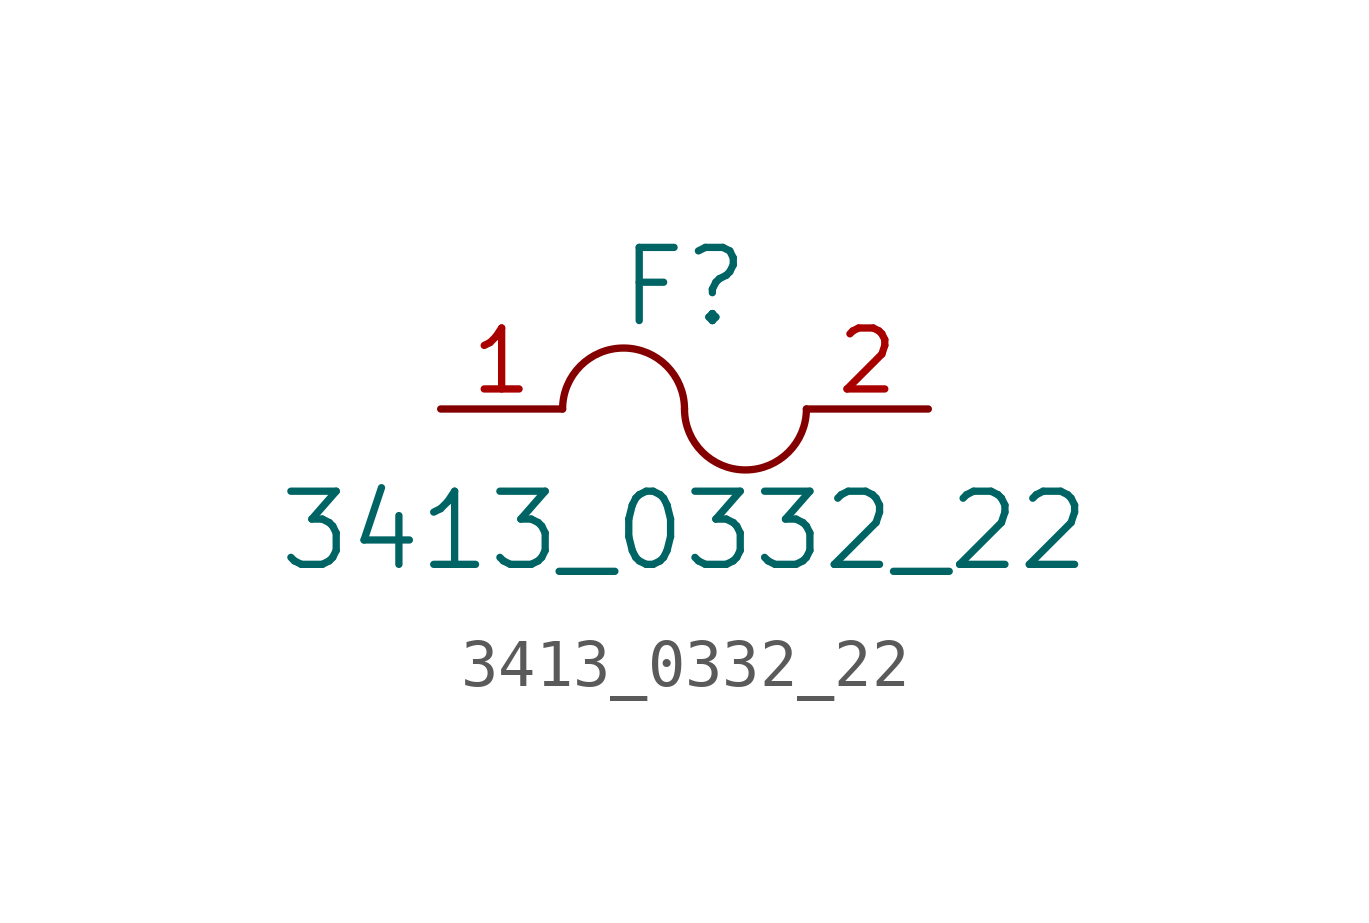
<source format=kicad_sym>
(kicad_symbol_lib
  (version 20231120)
  (generator "kicad_symbol_editor")
  (generator_version "8.0")
  (symbol "3413_0332_22"
    (pin_names
      (offset 1.016))
    (property "Reference" "F"
      (at 0 2.54 0)
      (effects (font (size 1.524 1.524))))
    (property "Value" "3413_0332_22"
      (at 0 -2.54 0)
      (effects (font (size 1.524 1.524))))
    (symbol "3413_0332_22_0_1"
      (arc (start 0 0) (mid -1.27 1.2645) (end -2.54 0) (stroke (width 0) (type default)) (fill (type none)))
      (arc (start 0 0) (mid 1.27 -1.2645) (end 2.54 0) (stroke (width 0) (type default)) (fill (type none))))
    (symbol "3413_0332_22_1_1"
      (pin output line (at -5.08 0 0) (length 2.54) (name "~" (effects (font (size 1.27 1.27)))) (number "1" (effects (font (size 1.27 1.27)))))
      (pin output line (at 5.08 0 180) (length 2.54) (name "~" (effects (font (size 1.27 1.27)))) (number "2" (effects (font (size 1.27 1.27))))))))
</source>
